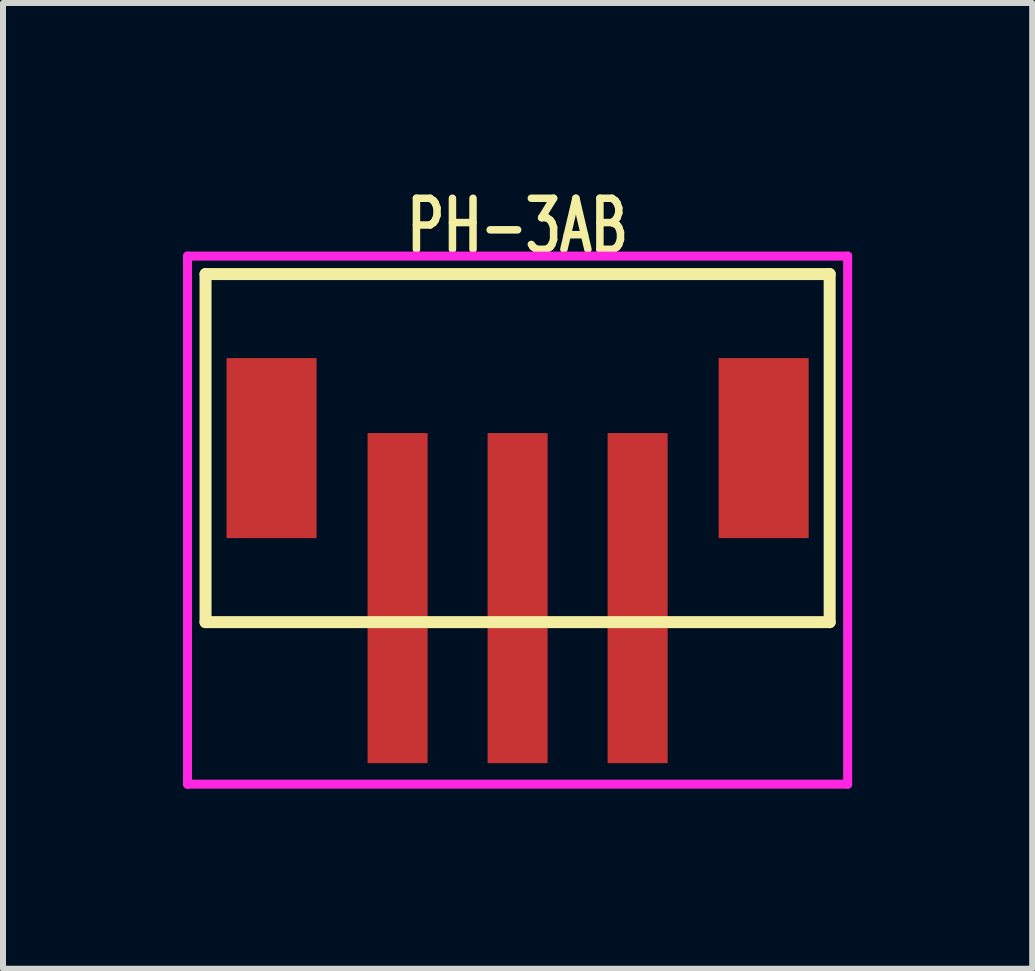
<source format=kicad_pcb>
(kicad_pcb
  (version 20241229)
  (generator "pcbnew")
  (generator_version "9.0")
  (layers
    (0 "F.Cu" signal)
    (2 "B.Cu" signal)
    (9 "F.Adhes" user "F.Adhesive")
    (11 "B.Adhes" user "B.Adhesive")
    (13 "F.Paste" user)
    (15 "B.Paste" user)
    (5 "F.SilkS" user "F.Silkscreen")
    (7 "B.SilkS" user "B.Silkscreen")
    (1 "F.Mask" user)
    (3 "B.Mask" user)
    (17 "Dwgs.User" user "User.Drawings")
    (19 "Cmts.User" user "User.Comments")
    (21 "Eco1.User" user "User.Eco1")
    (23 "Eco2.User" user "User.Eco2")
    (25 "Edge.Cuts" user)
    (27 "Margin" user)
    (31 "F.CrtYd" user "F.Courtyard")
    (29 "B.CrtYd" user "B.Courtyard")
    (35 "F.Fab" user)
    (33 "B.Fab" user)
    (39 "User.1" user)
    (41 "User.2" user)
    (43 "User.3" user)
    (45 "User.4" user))
  (footprint "PH-3AB"
    (layer "F.Cu")
    (at 5.575 4.417)
    (property "Reference" "PH-3AB" (at 0 -3.7 0) (layer "F.SilkS") (effects (font (size 0.85 0.6) (thickness 0.125))))
    (attr through_hole)
    (fp_line (start -5.2 -2.9) (end -5.2 2.9) (stroke (width 0.2) (type solid)) (layer "F.SilkS"))
    (fp_line (start -5.2 2.9) (end 5.2 2.9) (stroke (width 0.2) (type solid)) (layer "F.SilkS"))
    (fp_line (start 5.2 -2.9) (end -5.2 -2.9) (stroke (width 0.2) (type solid)) (layer "F.SilkS"))
    (fp_line (start 5.2 2.9) (end 5.2 -2.9) (stroke (width 0.2) (type solid)) (layer "F.SilkS"))
    (fp_line (start -5.5 -3.2) (end -5.5 5.6) (stroke (width 0.15) (type solid)) (layer "F.CrtYd"))
    (fp_line (start -5.5 5.6) (end 5.5 5.6) (stroke (width 0.15) (type solid)) (layer "F.CrtYd"))
    (fp_line (start 5.5 -3.2) (end -5.5 -3.2) (stroke (width 0.15) (type solid)) (layer "F.CrtYd"))
    (fp_line (start 5.5 5.6) (end 5.5 -3.2) (stroke (width 0.15) (type solid)) (layer "F.CrtYd"))
    (pad "1" smd rect (at -2 2.5) (size 1 5.5) (layers "F.Cu" "F.Mask" "F.Paste"))
    (pad "2" smd rect (at 0 2.5) (size 1 5.5) (layers "F.Cu" "F.Mask" "F.Paste"))
    (pad "3" smd rect (at 2 2.5) (size 1 5.5) (layers "F.Cu" "F.Mask" "F.Paste"))
    (pad "~" smd rect (at -4.1 0) (size 1.5 3) (layers "F.Cu" "F.Mask" "F.Paste"))
    (pad "~" smd rect (at 4.1 0) (size 1.5 3) (layers "F.Cu" "F.Mask" "F.Paste")))
  (gr_rect
    (start -3 -3)
    (end 14.15 13.092)
    (stroke (width 0.1) (type default))
    (fill no)
    (layer "Edge.Cuts")))
</source>
